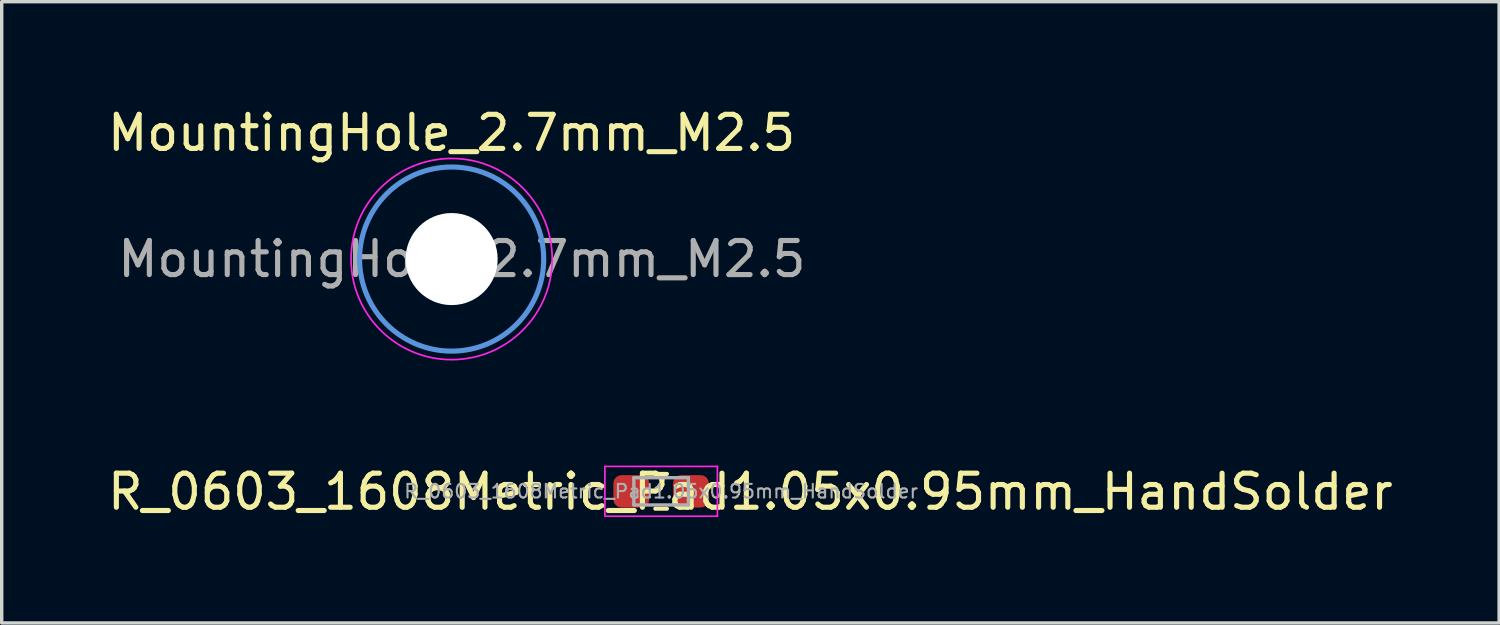
<source format=kicad_pcb>
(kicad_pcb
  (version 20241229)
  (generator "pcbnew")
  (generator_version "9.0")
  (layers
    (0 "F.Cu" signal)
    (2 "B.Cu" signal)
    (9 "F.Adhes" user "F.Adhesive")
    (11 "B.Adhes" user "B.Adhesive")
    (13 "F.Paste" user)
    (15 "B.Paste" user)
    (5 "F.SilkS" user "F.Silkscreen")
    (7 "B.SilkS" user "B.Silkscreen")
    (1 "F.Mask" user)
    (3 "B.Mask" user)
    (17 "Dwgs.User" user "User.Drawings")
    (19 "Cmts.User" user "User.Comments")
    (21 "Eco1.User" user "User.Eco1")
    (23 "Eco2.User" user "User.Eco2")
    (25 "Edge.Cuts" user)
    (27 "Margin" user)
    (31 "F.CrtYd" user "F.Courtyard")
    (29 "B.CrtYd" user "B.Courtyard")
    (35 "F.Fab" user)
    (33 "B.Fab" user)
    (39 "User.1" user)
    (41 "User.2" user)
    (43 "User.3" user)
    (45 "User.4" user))
  (footprint "R_0603_1608Metric_Pad1.05x0.95mm_HandSolder"
    (layer "F.Cu")
    (at 16.34 11.36)
    (property "Reference" "R_0603_1608Metric_Pad1.05x0.95mm_HandSolder" (at 2.618 0.012 0) (layer "F.SilkS") (effects (font (size 1 1) (thickness 0.15))))
    (attr smd)
    (fp_line (start -0.171 -0.51) (end 0.171 -0.51) (stroke (width 0.12) (type solid)) (layer "F.SilkS"))
    (fp_line (start -0.171 0.51) (end 0.171 0.51) (stroke (width 0.12) (type solid)) (layer "F.SilkS"))
    (fp_line (start -1.65 -0.73) (end 1.65 -0.73) (stroke (width 0.05) (type solid)) (layer "F.CrtYd"))
    (fp_line (start -1.65 0.73) (end -1.65 -0.73) (stroke (width 0.05) (type solid)) (layer "F.CrtYd"))
    (fp_line (start 1.65 -0.73) (end 1.65 0.73) (stroke (width 0.05) (type solid)) (layer "F.CrtYd"))
    (fp_line (start 1.65 0.73) (end -1.65 0.73) (stroke (width 0.05) (type solid)) (layer "F.CrtYd"))
    (fp_line (start -0.8 -0.4) (end 0.8 -0.4) (stroke (width 0.1) (type solid)) (layer "F.Fab"))
    (fp_line (start -0.8 0.4) (end -0.8 -0.4) (stroke (width 0.1) (type solid)) (layer "F.Fab"))
    (fp_line (start 0.8 -0.4) (end 0.8 0.4) (stroke (width 0.1) (type solid)) (layer "F.Fab"))
    (fp_line (start 0.8 0.4) (end -0.8 0.4) (stroke (width 0.1) (type solid)) (layer "F.Fab"))
    (fp_text user "${REFERENCE}" (at 0 0 0) (layer "F.Fab") (effects (font (size 0.4 0.4) (thickness 0.06))))
    (pad "1" smd roundrect (at -0.875 0) (size 1.05 0.95) (layers "F.Cu" "F.Mask" "F.Paste") (roundrect_rratio 0.25))
    (pad "2" smd roundrect (at 0.875 0) (size 1.05 0.95) (layers "F.Cu" "F.Mask" "F.Paste") (roundrect_rratio 0.25)))
  (footprint "MountingHole_2.7mm_M2.5"
    (layer "F.Cu")
    (at 10.196 4.548)
    (property "Reference" "MountingHole_2.7mm_M2.5" (at 0 -3.7 0) (layer "F.SilkS") (effects (font (size 1 1) (thickness 0.15))))
    (attr exclude_from_pos_files exclude_from_bom)
    (fp_circle (center 0 0) (end 2.7 0) (stroke (width 0.15) (type solid)) (fill no) (layer "Cmts.User"))
    (fp_circle (center 0 0) (end 2.95 0) (stroke (width 0.05) (type solid)) (fill no) (layer "F.CrtYd"))
    (fp_text user "${REFERENCE}" (at 0.3 0 0) (layer "F.Fab") (effects (font (size 1 1) (thickness 0.15))))
    (pad "" np_thru_hole circle (at 0 0) (size 2.7 2.7) (drill 2.7) (layers "*.Cu" "*.Mask")))
  (gr_rect
    (start -3 -3)
    (end 40.917 15.22)
    (stroke (width 0.1) (type default))
    (fill no)
    (layer "Edge.Cuts")))
</source>
